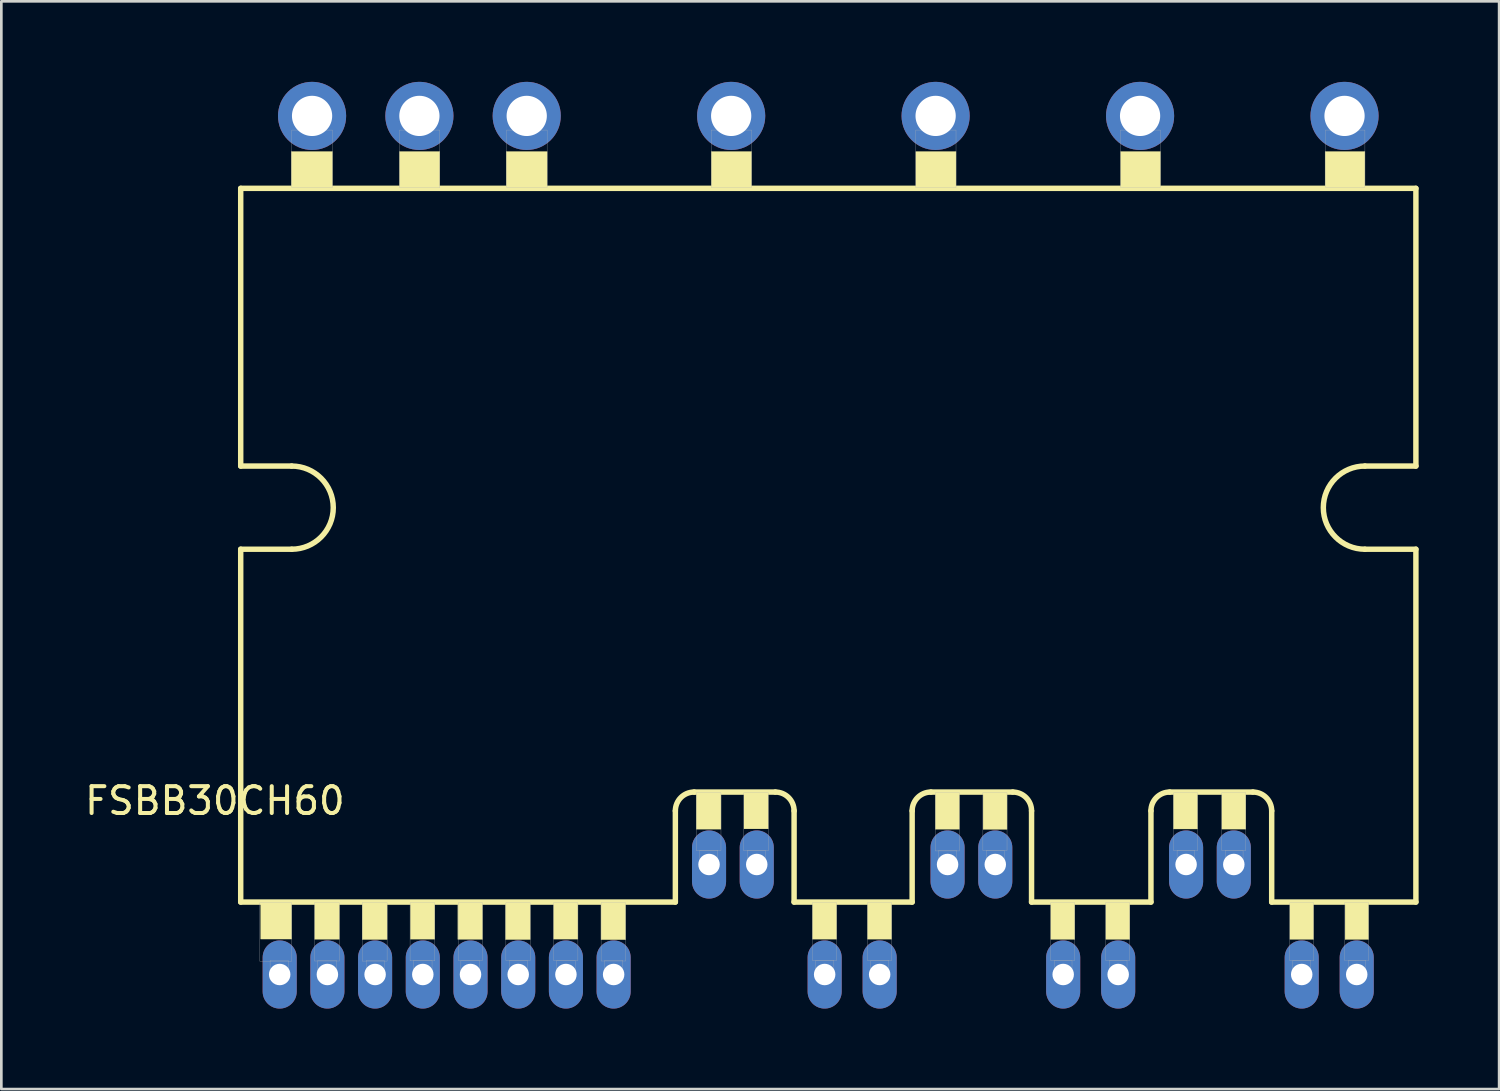
<source format=kicad_pcb>
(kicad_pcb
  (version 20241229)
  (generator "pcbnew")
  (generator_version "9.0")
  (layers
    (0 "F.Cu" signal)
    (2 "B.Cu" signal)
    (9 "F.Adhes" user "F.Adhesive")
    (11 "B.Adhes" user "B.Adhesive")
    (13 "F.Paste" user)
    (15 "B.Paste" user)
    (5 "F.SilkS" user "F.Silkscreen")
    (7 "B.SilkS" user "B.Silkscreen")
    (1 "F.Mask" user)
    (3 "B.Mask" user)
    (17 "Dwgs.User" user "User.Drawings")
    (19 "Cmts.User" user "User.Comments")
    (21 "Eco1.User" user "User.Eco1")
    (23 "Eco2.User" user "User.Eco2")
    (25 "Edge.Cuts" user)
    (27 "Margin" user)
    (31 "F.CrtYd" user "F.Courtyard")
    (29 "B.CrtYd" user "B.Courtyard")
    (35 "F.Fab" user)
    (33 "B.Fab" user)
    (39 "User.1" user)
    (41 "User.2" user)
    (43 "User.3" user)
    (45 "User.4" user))
  (footprint "FSBB30CH60"
    (layer "F.Cu")
    (at 27.821 17.27)
    (property "Reference" "FSBB30CH60" (at -22.862 9.526 180) (layer "F.SilkS") (effects (font (size 1 1) (thickness 0.15))))
    (attr through_hole)
    (fp_line (start -21.9 -13.3) (end 21.9 -13.3) (stroke (width 0.203) (type solid)) (layer "F.SilkS"))
    (fp_line (start -21.9 -2.95) (end -21.9 -13.3) (stroke (width 0.203) (type solid)) (layer "F.SilkS"))
    (fp_line (start -21.9 13.3) (end -21.9 0.15) (stroke (width 0.203) (type solid)) (layer "F.SilkS"))
    (fp_line (start -20 -2.95) (end -21.9 -2.95) (stroke (width 0.203) (type solid)) (layer "F.SilkS"))
    (fp_line (start -20 0.15) (end -21.9 0.15) (stroke (width 0.203) (type solid)) (layer "F.SilkS"))
    (fp_line (start -5.7 9.9) (end -5.7 13.3) (stroke (width 0.203) (type solid)) (layer "F.SilkS"))
    (fp_line (start -5.7 13.3) (end -21.9 13.3) (stroke (width 0.203) (type solid)) (layer "F.SilkS"))
    (fp_line (start -1.975 9.2) (end -5 9.2) (stroke (width 0.203) (type solid)) (layer "F.SilkS"))
    (fp_line (start -1.275 13.3) (end -1.275 9.9) (stroke (width 0.203) (type solid)) (layer "F.SilkS"))
    (fp_line (start 3.125 9.9) (end 3.125 13.3) (stroke (width 0.203) (type solid)) (layer "F.SilkS"))
    (fp_line (start 3.125 13.3) (end -1.275 13.3) (stroke (width 0.203) (type solid)) (layer "F.SilkS"))
    (fp_line (start 6.875 9.2) (end 3.825 9.2) (stroke (width 0.203) (type solid)) (layer "F.SilkS"))
    (fp_line (start 7.575 13.3) (end 7.575 9.9) (stroke (width 0.203) (type solid)) (layer "F.SilkS"))
    (fp_line (start 12.025 9.9) (end 12.025 13.3) (stroke (width 0.203) (type solid)) (layer "F.SilkS"))
    (fp_line (start 12.025 13.3) (end 7.575 13.3) (stroke (width 0.203) (type solid)) (layer "F.SilkS"))
    (fp_line (start 15.825 9.2) (end 12.725 9.2) (stroke (width 0.203) (type solid)) (layer "F.SilkS"))
    (fp_line (start 16.525 13.3) (end 16.525 9.9) (stroke (width 0.203) (type solid)) (layer "F.SilkS"))
    (fp_line (start 20 -2.95) (end 21.9 -2.95) (stroke (width 0.203) (type solid)) (layer "F.SilkS"))
    (fp_line (start 20 0.15) (end 21.9 0.15) (stroke (width 0.203) (type solid)) (layer "F.SilkS"))
    (fp_line (start 21.9 -13.3) (end 21.9 -2.95) (stroke (width 0.203) (type solid)) (layer "F.SilkS"))
    (fp_line (start 21.9 0.15) (end 21.9 13.3) (stroke (width 0.203) (type solid)) (layer "F.SilkS"))
    (fp_line (start 21.9 13.3) (end 16.525 13.3) (stroke (width 0.203) (type solid)) (layer "F.SilkS"))
    (fp_arc (start -20 -2.95) (mid -18.45 -1.4) (end -20 0.15) (stroke (width 0.2032) (type solid)) (layer "F.SilkS"))
    (fp_arc (start -5.7 9.9) (mid -5.494975 9.405025) (end -5 9.2) (stroke (width 0.2032) (type solid)) (layer "F.SilkS"))
    (fp_arc (start -1.975 9.2) (mid -1.480025 9.405025) (end -1.275 9.9) (stroke (width 0.2032) (type solid)) (layer "F.SilkS"))
    (fp_arc (start 3.125 9.9) (mid 3.330025 9.405025) (end 3.825 9.2) (stroke (width 0.2032) (type solid)) (layer "F.SilkS"))
    (fp_arc (start 6.875 9.2) (mid 7.369975 9.405025) (end 7.575 9.9) (stroke (width 0.2032) (type solid)) (layer "F.SilkS"))
    (fp_arc (start 12.025 9.9) (mid 12.230025 9.405025) (end 12.725 9.2) (stroke (width 0.2032) (type solid)) (layer "F.SilkS"))
    (fp_arc (start 15.825 9.2) (mid 16.319975 9.405025) (end 16.525 9.9) (stroke (width 0.2032) (type solid)) (layer "F.SilkS"))
    (fp_arc (start 20 0.15) (mid 18.45 -1.4) (end 20 -2.95) (stroke (width 0.2032) (type solid)) (layer "F.SilkS"))
    (fp_poly (pts (xy -21.156 13.3) (xy -20 13.3) (xy -20 14.679) (xy -21.156 14.679)) (stroke (width 0.01) (type solid)) (fill yes) (layer "F.SilkS"))
    (fp_poly (pts (xy -20.015 -14.673) (xy -18.48 -14.673) (xy -18.48 -13.321) (xy -20.015 -13.321)) (stroke (width 0.01) (type solid)) (fill yes) (layer "F.SilkS"))
    (fp_poly (pts (xy -19.143 13.3) (xy -18.222 13.3) (xy -18.222 14.688) (xy -19.143 14.688)) (stroke (width 0.01) (type solid)) (fill yes) (layer "F.SilkS"))
    (fp_poly (pts (xy -17.373 13.3) (xy -16.444 13.3) (xy -16.444 14.697) (xy -17.373 14.697)) (stroke (width 0.01) (type solid)) (fill yes) (layer "F.SilkS"))
    (fp_poly (pts (xy -15.984 -14.673) (xy -14.48 -14.673) (xy -14.48 -13.301) (xy -15.984 -13.301)) (stroke (width 0.01) (type solid)) (fill yes) (layer "F.SilkS"))
    (fp_poly (pts (xy -15.577 13.3) (xy -14.666 13.3) (xy -14.666 14.683) (xy -15.577 14.683)) (stroke (width 0.01) (type solid)) (fill yes) (layer "F.SilkS"))
    (fp_poly (pts (xy -13.806 13.3) (xy -12.888 13.3) (xy -12.888 14.691) (xy -13.806 14.691)) (stroke (width 0.01) (type solid)) (fill yes) (layer "F.SilkS"))
    (fp_poly (pts (xy -12.032 13.3) (xy -11.11 13.3) (xy -11.11 14.698) (xy -12.032 14.698)) (stroke (width 0.01) (type solid)) (fill yes) (layer "F.SilkS"))
    (fp_poly (pts (xy -12.004 -14.673) (xy -10.48 -14.673) (xy -10.48 -13.324) (xy -12.004 -13.324)) (stroke (width 0.01) (type solid)) (fill yes) (layer "F.SilkS"))
    (fp_poly (pts (xy -10.239 13.3) (xy -9.332 13.3) (xy -9.332 14.681) (xy -10.239 14.681)) (stroke (width 0.01) (type solid)) (fill yes) (layer "F.SilkS"))
    (fp_poly (pts (xy -8.472 13.3) (xy -7.554 13.3) (xy -7.554 14.702) (xy -8.472 14.702)) (stroke (width 0.01) (type solid)) (fill yes) (layer "F.SilkS"))
    (fp_poly (pts (xy -4.922 9.198) (xy -4 9.198) (xy -4 10.584) (xy -4.922 10.584)) (stroke (width 0.01) (type solid)) (fill yes) (layer "F.SilkS"))
    (fp_poly (pts (xy -4.361 -14.673) (xy -2.86 -14.673) (xy -2.86 -13.302) (xy -4.361 -13.302)) (stroke (width 0.01) (type solid)) (fill yes) (layer "F.SilkS"))
    (fp_poly (pts (xy -3.142 9.198) (xy -2.239 9.198) (xy -2.239 10.573) (xy -3.142 10.573)) (stroke (width 0.01) (type solid)) (fill yes) (layer "F.SilkS"))
    (fp_poly (pts (xy -0.592 13.298) (xy 0.311 13.298) (xy 0.311 14.683) (xy -0.592 14.683)) (stroke (width 0.01) (type solid)) (fill yes) (layer "F.SilkS"))
    (fp_poly (pts (xy 1.459 13.298) (xy 2.361 13.298) (xy 2.361 14.683) (xy 1.459 14.683)) (stroke (width 0.01) (type solid)) (fill yes) (layer "F.SilkS"))
    (fp_poly (pts (xy 3.264 -14.673) (xy 4.76 -14.673) (xy 4.76 -13.315) (xy 3.264 -13.315)) (stroke (width 0.01) (type solid)) (fill yes) (layer "F.SilkS"))
    (fp_poly (pts (xy 3.988 9.198) (xy 4.886 9.198) (xy 4.886 10.586) (xy 3.988 10.586)) (stroke (width 0.01) (type solid)) (fill yes) (layer "F.SilkS"))
    (fp_poly (pts (xy 5.769 9.198) (xy 6.661 9.198) (xy 6.661 10.592) (xy 5.769 10.592)) (stroke (width 0.01) (type solid)) (fill yes) (layer "F.SilkS"))
    (fp_poly (pts (xy 8.293 13.298) (xy 9.186 13.298) (xy 9.186 14.691) (xy 8.293 14.691)) (stroke (width 0.01) (type solid)) (fill yes) (layer "F.SilkS"))
    (fp_poly (pts (xy 10.345 13.298) (xy 11.236 13.298) (xy 11.236 14.691) (xy 10.345 14.691)) (stroke (width 0.01) (type solid)) (fill yes) (layer "F.SilkS"))
    (fp_poly (pts (xy 10.894 -14.673) (xy 12.38 -14.673) (xy 12.38 -13.315) (xy 10.894 -13.315)) (stroke (width 0.01) (type solid)) (fill yes) (layer "F.SilkS"))
    (fp_poly (pts (xy 12.862 9.198) (xy 13.761 9.198) (xy 13.761 10.576) (xy 12.862 10.576)) (stroke (width 0.01) (type solid)) (fill yes) (layer "F.SilkS"))
    (fp_poly (pts (xy 14.669 9.198) (xy 15.561 9.198) (xy 15.561 10.581) (xy 14.669 10.581)) (stroke (width 0.01) (type solid)) (fill yes) (layer "F.SilkS"))
    (fp_poly (pts (xy 17.204 13.298) (xy 18.086 13.298) (xy 18.086 14.691) (xy 17.204 14.691)) (stroke (width 0.01) (type solid)) (fill yes) (layer "F.SilkS"))
    (fp_poly (pts (xy 18.516 -14.673) (xy 20 -14.673) (xy 20 -13.309) (xy 18.516 -13.309)) (stroke (width 0.01) (type solid)) (fill yes) (layer "F.SilkS"))
    (fp_poly (pts (xy 19.261 13.298) (xy 20.136 13.298) (xy 20.136 14.694) (xy 19.261 14.694)) (stroke (width 0.01) (type solid)) (fill yes) (layer "F.SilkS"))
    (fp_poly (pts (xy -21.191 13.325) (xy -20 13.325) (xy -20 15.505) (xy -21.191 15.505)) (stroke (width 0.01) (type solid)) (fill no) (layer "F.Fab"))
    (fp_poly (pts (xy -20.805 15.475) (xy -20.125 15.475) (xy -20.125 16.179) (xy -20.805 16.179)) (stroke (width 0.01) (type solid)) (fill no) (layer "F.Fab"))
    (fp_poly (pts (xy -19.997 -15.473) (xy -18.48 -15.473) (xy -18.48 -13.334) (xy -19.997 -13.334)) (stroke (width 0.01) (type solid)) (fill no) (layer "F.Fab"))
    (fp_poly (pts (xy -19.767 -16.5) (xy -18.73 -16.5) (xy -18.73 -15.502) (xy -19.767 -15.502)) (stroke (width 0.01) (type solid)) (fill no) (layer "F.Fab"))
    (fp_poly (pts (xy -19.152 13.325) (xy -18.222 13.325) (xy -18.222 15.497) (xy -19.152 15.497)) (stroke (width 0.01) (type solid)) (fill no) (layer "F.Fab"))
    (fp_poly (pts (xy -19.032 15.475) (xy -18.325 15.475) (xy -18.325 16.202) (xy -19.032 16.202)) (stroke (width 0.01) (type solid)) (fill no) (layer "F.Fab"))
    (fp_poly (pts (xy -17.374 13.325) (xy -16.444 13.325) (xy -16.444 15.499) (xy -17.374 15.499)) (stroke (width 0.01) (type solid)) (fill no) (layer "F.Fab"))
    (fp_poly (pts (xy -17.224 15.475) (xy -16.547 15.475) (xy -16.547 16.177) (xy -17.224 16.177)) (stroke (width 0.01) (type solid)) (fill no) (layer "F.Fab"))
    (fp_poly (pts (xy -15.982 -15.473) (xy -14.48 -15.473) (xy -14.48 -13.324) (xy -15.982 -13.324)) (stroke (width 0.01) (type solid)) (fill no) (layer "F.Fab"))
    (fp_poly (pts (xy -15.739 -16.5) (xy -14.73 -16.5) (xy -14.73 -15.482) (xy -15.739 -15.482)) (stroke (width 0.01) (type solid)) (fill no) (layer "F.Fab"))
    (fp_poly (pts (xy -15.588 13.325) (xy -14.666 13.325) (xy -14.666 15.493) (xy -15.588 15.493)) (stroke (width 0.01) (type solid)) (fill no) (layer "F.Fab"))
    (fp_poly (pts (xy -15.471 15.475) (xy -14.769 15.475) (xy -14.769 16.203) (xy -15.471 16.203)) (stroke (width 0.01) (type solid)) (fill no) (layer "F.Fab"))
    (fp_poly (pts (xy -13.791 13.325) (xy -12.888 13.325) (xy -12.888 15.476) (xy -13.791 15.476)) (stroke (width 0.01) (type solid)) (fill no) (layer "F.Fab"))
    (fp_poly (pts (xy -13.693 15.475) (xy -12.991 15.475) (xy -12.991 16.207) (xy -13.693 16.207)) (stroke (width 0.01) (type solid)) (fill no) (layer "F.Fab"))
    (fp_poly (pts (xy -12.016 13.325) (xy -11.11 13.325) (xy -11.11 15.479) (xy -12.016 15.479)) (stroke (width 0.01) (type solid)) (fill no) (layer "F.Fab"))
    (fp_poly (pts (xy -11.989 -15.473) (xy -10.48 -15.473) (xy -10.48 -13.333) (xy -11.989 -13.333)) (stroke (width 0.01) (type solid)) (fill no) (layer "F.Fab"))
    (fp_poly (pts (xy -11.889 15.475) (xy -11.213 15.475) (xy -11.213 16.176) (xy -11.889 16.176)) (stroke (width 0.01) (type solid)) (fill no) (layer "F.Fab"))
    (fp_poly (pts (xy -11.745 -16.5) (xy -10.73 -16.5) (xy -10.73 -15.493) (xy -11.745 -15.493)) (stroke (width 0.01) (type solid)) (fill no) (layer "F.Fab"))
    (fp_poly (pts (xy -10.239 13.325) (xy -9.332 13.325) (xy -9.332 15.48) (xy -10.239 15.48)) (stroke (width 0.01) (type solid)) (fill no) (layer "F.Fab"))
    (fp_poly (pts (xy -10.127 15.475) (xy -9.435 15.475) (xy -9.435 16.203) (xy -10.127 16.203)) (stroke (width 0.01) (type solid)) (fill no) (layer "F.Fab"))
    (fp_poly (pts (xy -8.468 13.325) (xy -7.554 13.325) (xy -7.554 15.496) (xy -8.468 15.496)) (stroke (width 0.01) (type solid)) (fill no) (layer "F.Fab"))
    (fp_poly (pts (xy -8.343 15.475) (xy -7.657 15.475) (xy -7.657 16.196) (xy -8.343 16.196)) (stroke (width 0.01) (type solid)) (fill no) (layer "F.Fab"))
    (fp_poly (pts (xy -4.92 9.223) (xy -4 9.223) (xy -4 11.379) (xy -4.92 11.379)) (stroke (width 0.01) (type solid)) (fill no) (layer "F.Fab"))
    (fp_poly (pts (xy -4.795 11.373) (xy -4.117 11.373) (xy -4.117 12.081) (xy -4.795 12.081)) (stroke (width 0.01) (type solid)) (fill no) (layer "F.Fab"))
    (fp_poly (pts (xy -4.363 -15.473) (xy -2.86 -15.473) (xy -2.86 -13.332) (xy -4.363 -13.332)) (stroke (width 0.01) (type solid)) (fill no) (layer "F.Fab"))
    (fp_poly (pts (xy -4.118 -16.5) (xy -3.11 -16.5) (xy -3.11 -15.503) (xy -4.118 -15.503)) (stroke (width 0.01) (type solid)) (fill no) (layer "F.Fab"))
    (fp_poly (pts (xy -3.147 9.223) (xy -2.239 9.223) (xy -2.239 11.391) (xy -3.147 11.391)) (stroke (width 0.01) (type solid)) (fill no) (layer "F.Fab"))
    (fp_poly (pts (xy -3.02 11.373) (xy -2.342 11.373) (xy -2.342 12.084) (xy -3.02 12.084)) (stroke (width 0.01) (type solid)) (fill no) (layer "F.Fab"))
    (fp_poly (pts (xy -0.592 13.323) (xy 0.311 13.323) (xy 0.311 15.477) (xy -0.592 15.477)) (stroke (width 0.01) (type solid)) (fill no) (layer "F.Fab"))
    (fp_poly (pts (xy -0.467 15.473) (xy 0.208 15.473) (xy 0.208 16.174) (xy -0.467 16.174)) (stroke (width 0.01) (type solid)) (fill no) (layer "F.Fab"))
    (fp_poly (pts (xy 1.459 13.323) (xy 2.361 13.323) (xy 2.361 15.48) (xy 1.459 15.48)) (stroke (width 0.01) (type solid)) (fill no) (layer "F.Fab"))
    (fp_poly (pts (xy 1.585 15.473) (xy 2.258 15.473) (xy 2.258 16.191) (xy 1.585 16.191)) (stroke (width 0.01) (type solid)) (fill no) (layer "F.Fab"))
    (fp_poly (pts (xy 3.261 -15.473) (xy 4.76 -15.473) (xy 4.76 -13.327) (xy 3.261 -13.327)) (stroke (width 0.01) (type solid)) (fill no) (layer "F.Fab"))
    (fp_poly (pts (xy 3.516 -16.5) (xy 4.51 -16.5) (xy 4.51 -15.501) (xy 3.516 -15.501)) (stroke (width 0.01) (type solid)) (fill no) (layer "F.Fab"))
    (fp_poly (pts (xy 3.99 9.223) (xy 4.886 9.223) (xy 4.886 11.394) (xy 3.99 11.394)) (stroke (width 0.01) (type solid)) (fill no) (layer "F.Fab"))
    (fp_poly (pts (xy 4.114 11.373) (xy 4.783 11.373) (xy 4.783 12.09) (xy 4.114 12.09)) (stroke (width 0.01) (type solid)) (fill no) (layer "F.Fab"))
    (fp_poly (pts (xy 5.762 9.223) (xy 6.661 9.223) (xy 6.661 11.38) (xy 5.762 11.38)) (stroke (width 0.01) (type solid)) (fill no) (layer "F.Fab"))
    (fp_poly (pts (xy 5.888 11.373) (xy 6.558 11.373) (xy 6.558 12.083) (xy 5.888 12.083)) (stroke (width 0.01) (type solid)) (fill no) (layer "F.Fab"))
    (fp_poly (pts (xy 8.283 13.323) (xy 9.186 13.323) (xy 9.186 15.474) (xy 8.283 15.474)) (stroke (width 0.01) (type solid)) (fill no) (layer "F.Fab"))
    (fp_poly (pts (xy 8.424 15.473) (xy 9.083 15.473) (xy 9.083 16.204) (xy 8.424 16.204)) (stroke (width 0.01) (type solid)) (fill no) (layer "F.Fab"))
    (fp_poly (pts (xy 10.334 13.323) (xy 11.236 13.323) (xy 11.236 15.474) (xy 10.334 15.474)) (stroke (width 0.01) (type solid)) (fill no) (layer "F.Fab"))
    (fp_poly (pts (xy 10.477 15.473) (xy 11.133 15.473) (xy 11.133 16.203) (xy 10.477 16.203)) (stroke (width 0.01) (type solid)) (fill no) (layer "F.Fab"))
    (fp_poly (pts (xy 10.89 -15.473) (xy 12.38 -15.473) (xy 12.38 -13.335) (xy 10.89 -13.335)) (stroke (width 0.01) (type solid)) (fill no) (layer "F.Fab"))
    (fp_poly (pts (xy 11.131 -16.5) (xy 12.13 -16.5) (xy 12.13 -15.474) (xy 11.131 -15.474)) (stroke (width 0.01) (type solid)) (fill no) (layer "F.Fab"))
    (fp_poly (pts (xy 12.876 9.223) (xy 13.761 9.223) (xy 13.761 11.389) (xy 12.876 11.389)) (stroke (width 0.01) (type solid)) (fill no) (layer "F.Fab"))
    (fp_poly (pts (xy 12.999 11.373) (xy 13.658 11.373) (xy 13.658 12.088) (xy 12.999 12.088)) (stroke (width 0.01) (type solid)) (fill no) (layer "F.Fab"))
    (fp_poly (pts (xy 14.667 9.223) (xy 15.561 9.223) (xy 15.561 11.38) (xy 14.667 11.38)) (stroke (width 0.01) (type solid)) (fill no) (layer "F.Fab"))
    (fp_poly (pts (xy 14.794 11.373) (xy 15.458 11.373) (xy 15.458 12.082) (xy 14.794 12.082)) (stroke (width 0.01) (type solid)) (fill no) (layer "F.Fab"))
    (fp_poly (pts (xy 17.202 13.323) (xy 18.086 13.323) (xy 18.086 15.49) (xy 17.202 15.49)) (stroke (width 0.01) (type solid)) (fill no) (layer "F.Fab"))
    (fp_poly (pts (xy 17.315 15.473) (xy 17.983 15.473) (xy 17.983 16.18) (xy 17.315 16.18)) (stroke (width 0.01) (type solid)) (fill no) (layer "F.Fab"))
    (fp_poly (pts (xy 18.526 -15.473) (xy 20 -15.473) (xy 20 -13.342) (xy 18.526 -13.342)) (stroke (width 0.01) (type solid)) (fill no) (layer "F.Fab"))
    (fp_poly (pts (xy 18.753 -16.5) (xy 19.75 -16.5) (xy 19.75 -15.476) (xy 18.753 -15.476)) (stroke (width 0.01) (type solid)) (fill no) (layer "F.Fab"))
    (fp_poly (pts (xy 19.246 13.323) (xy 20.136 13.323) (xy 20.136 15.483) (xy 19.246 15.483)) (stroke (width 0.01) (type solid)) (fill no) (layer "F.Fab"))
    (fp_poly (pts (xy 19.387 15.473) (xy 20.033 15.473) (xy 20.033 16.197) (xy 19.387 16.197)) (stroke (width 0.01) (type solid)) (fill no) (layer "F.Fab"))
    (pad "1" thru_hole oval (at -20.447 16) (size 1.27 2.54) (drill 0.8) (layers "*.Cu" "*.Mask"))
    (pad "2" thru_hole oval (at -18.669 16) (size 1.27 2.54) (drill 0.8) (layers "*.Cu" "*.Mask"))
    (pad "3" thru_hole oval (at -16.891 16) (size 1.27 2.54) (drill 0.8) (layers "*.Cu" "*.Mask"))
    (pad "4" thru_hole oval (at -15.113 16) (size 1.27 2.54) (drill 0.8) (layers "*.Cu" "*.Mask"))
    (pad "5" thru_hole oval (at -13.335 16) (size 1.27 2.54) (drill 0.8) (layers "*.Cu" "*.Mask"))
    (pad "6" thru_hole oval (at -11.557 16) (size 1.27 2.54) (drill 0.8) (layers "*.Cu" "*.Mask"))
    (pad "7" thru_hole oval (at -9.779 16) (size 1.27 2.54) (drill 0.8) (layers "*.Cu" "*.Mask"))
    (pad "8" thru_hole oval (at -8.001 16) (size 1.27 2.54) (drill 0.8) (layers "*.Cu" "*.Mask"))
    (pad "9" thru_hole oval (at -4.445 11.9) (size 1.27 2.54) (drill 0.8) (layers "*.Cu" "*.Mask"))
    (pad "10" thru_hole oval (at -2.667 11.9) (size 1.27 2.54) (drill 0.8) (layers "*.Cu" "*.Mask"))
    (pad "11" thru_hole oval (at -0.136 16) (size 1.27 2.54) (drill 0.8) (layers "*.Cu" "*.Mask"))
    (pad "12" thru_hole oval (at 1.914 16) (size 1.27 2.54) (drill 0.8) (layers "*.Cu" "*.Mask"))
    (pad "13" thru_hole oval (at 4.445 11.9) (size 1.27 2.54) (drill 0.8) (layers "*.Cu" "*.Mask"))
    (pad "14" thru_hole oval (at 6.223 11.9) (size 1.27 2.54) (drill 0.8) (layers "*.Cu" "*.Mask"))
    (pad "15" thru_hole oval (at 8.754 16) (size 1.27 2.54) (drill 0.8) (layers "*.Cu" "*.Mask"))
    (pad "16" thru_hole oval (at 10.804 16) (size 1.27 2.54) (drill 0.8) (layers "*.Cu" "*.Mask"))
    (pad "17" thru_hole oval (at 13.335 11.9) (size 1.27 2.54) (drill 0.8) (layers "*.Cu" "*.Mask"))
    (pad "18" thru_hole oval (at 15.113 11.9) (size 1.27 2.54) (drill 0.8) (layers "*.Cu" "*.Mask"))
    (pad "19" thru_hole oval (at 17.644 16) (size 1.27 2.54) (drill 0.8) (layers "*.Cu" "*.Mask"))
    (pad "20" thru_hole oval (at 19.694 16) (size 1.27 2.54) (drill 0.8) (layers "*.Cu" "*.Mask"))
    (pad "21" thru_hole circle (at -19.24 -16) (size 2.54 2.54) (drill 1.5) (layers "*.Cu" "*.Mask"))
    (pad "22" thru_hole circle (at -15.24 -16) (size 2.54 2.54) (drill 1.5) (layers "*.Cu" "*.Mask"))
    (pad "23" thru_hole circle (at -11.24 -16) (size 2.54 2.54) (drill 1.5) (layers "*.Cu" "*.Mask"))
    (pad "24" thru_hole circle (at -3.62 -16) (size 2.54 2.54) (drill 1.5) (layers "*.Cu" "*.Mask"))
    (pad "25" thru_hole circle (at 4 -16) (size 2.54 2.54) (drill 1.5) (layers "*.Cu" "*.Mask"))
    (pad "26" thru_hole circle (at 11.62 -16) (size 2.54 2.54) (drill 1.5) (layers "*.Cu" "*.Mask"))
    (pad "27" thru_hole circle (at 19.24 -16) (size 2.54 2.54) (drill 1.5) (layers "*.Cu" "*.Mask")))
  (gr_rect
    (start -3 -3)
    (end 52.823 37.54)
    (stroke (width 0.1) (type default))
    (fill no)
    (layer "Edge.Cuts")))
</source>
